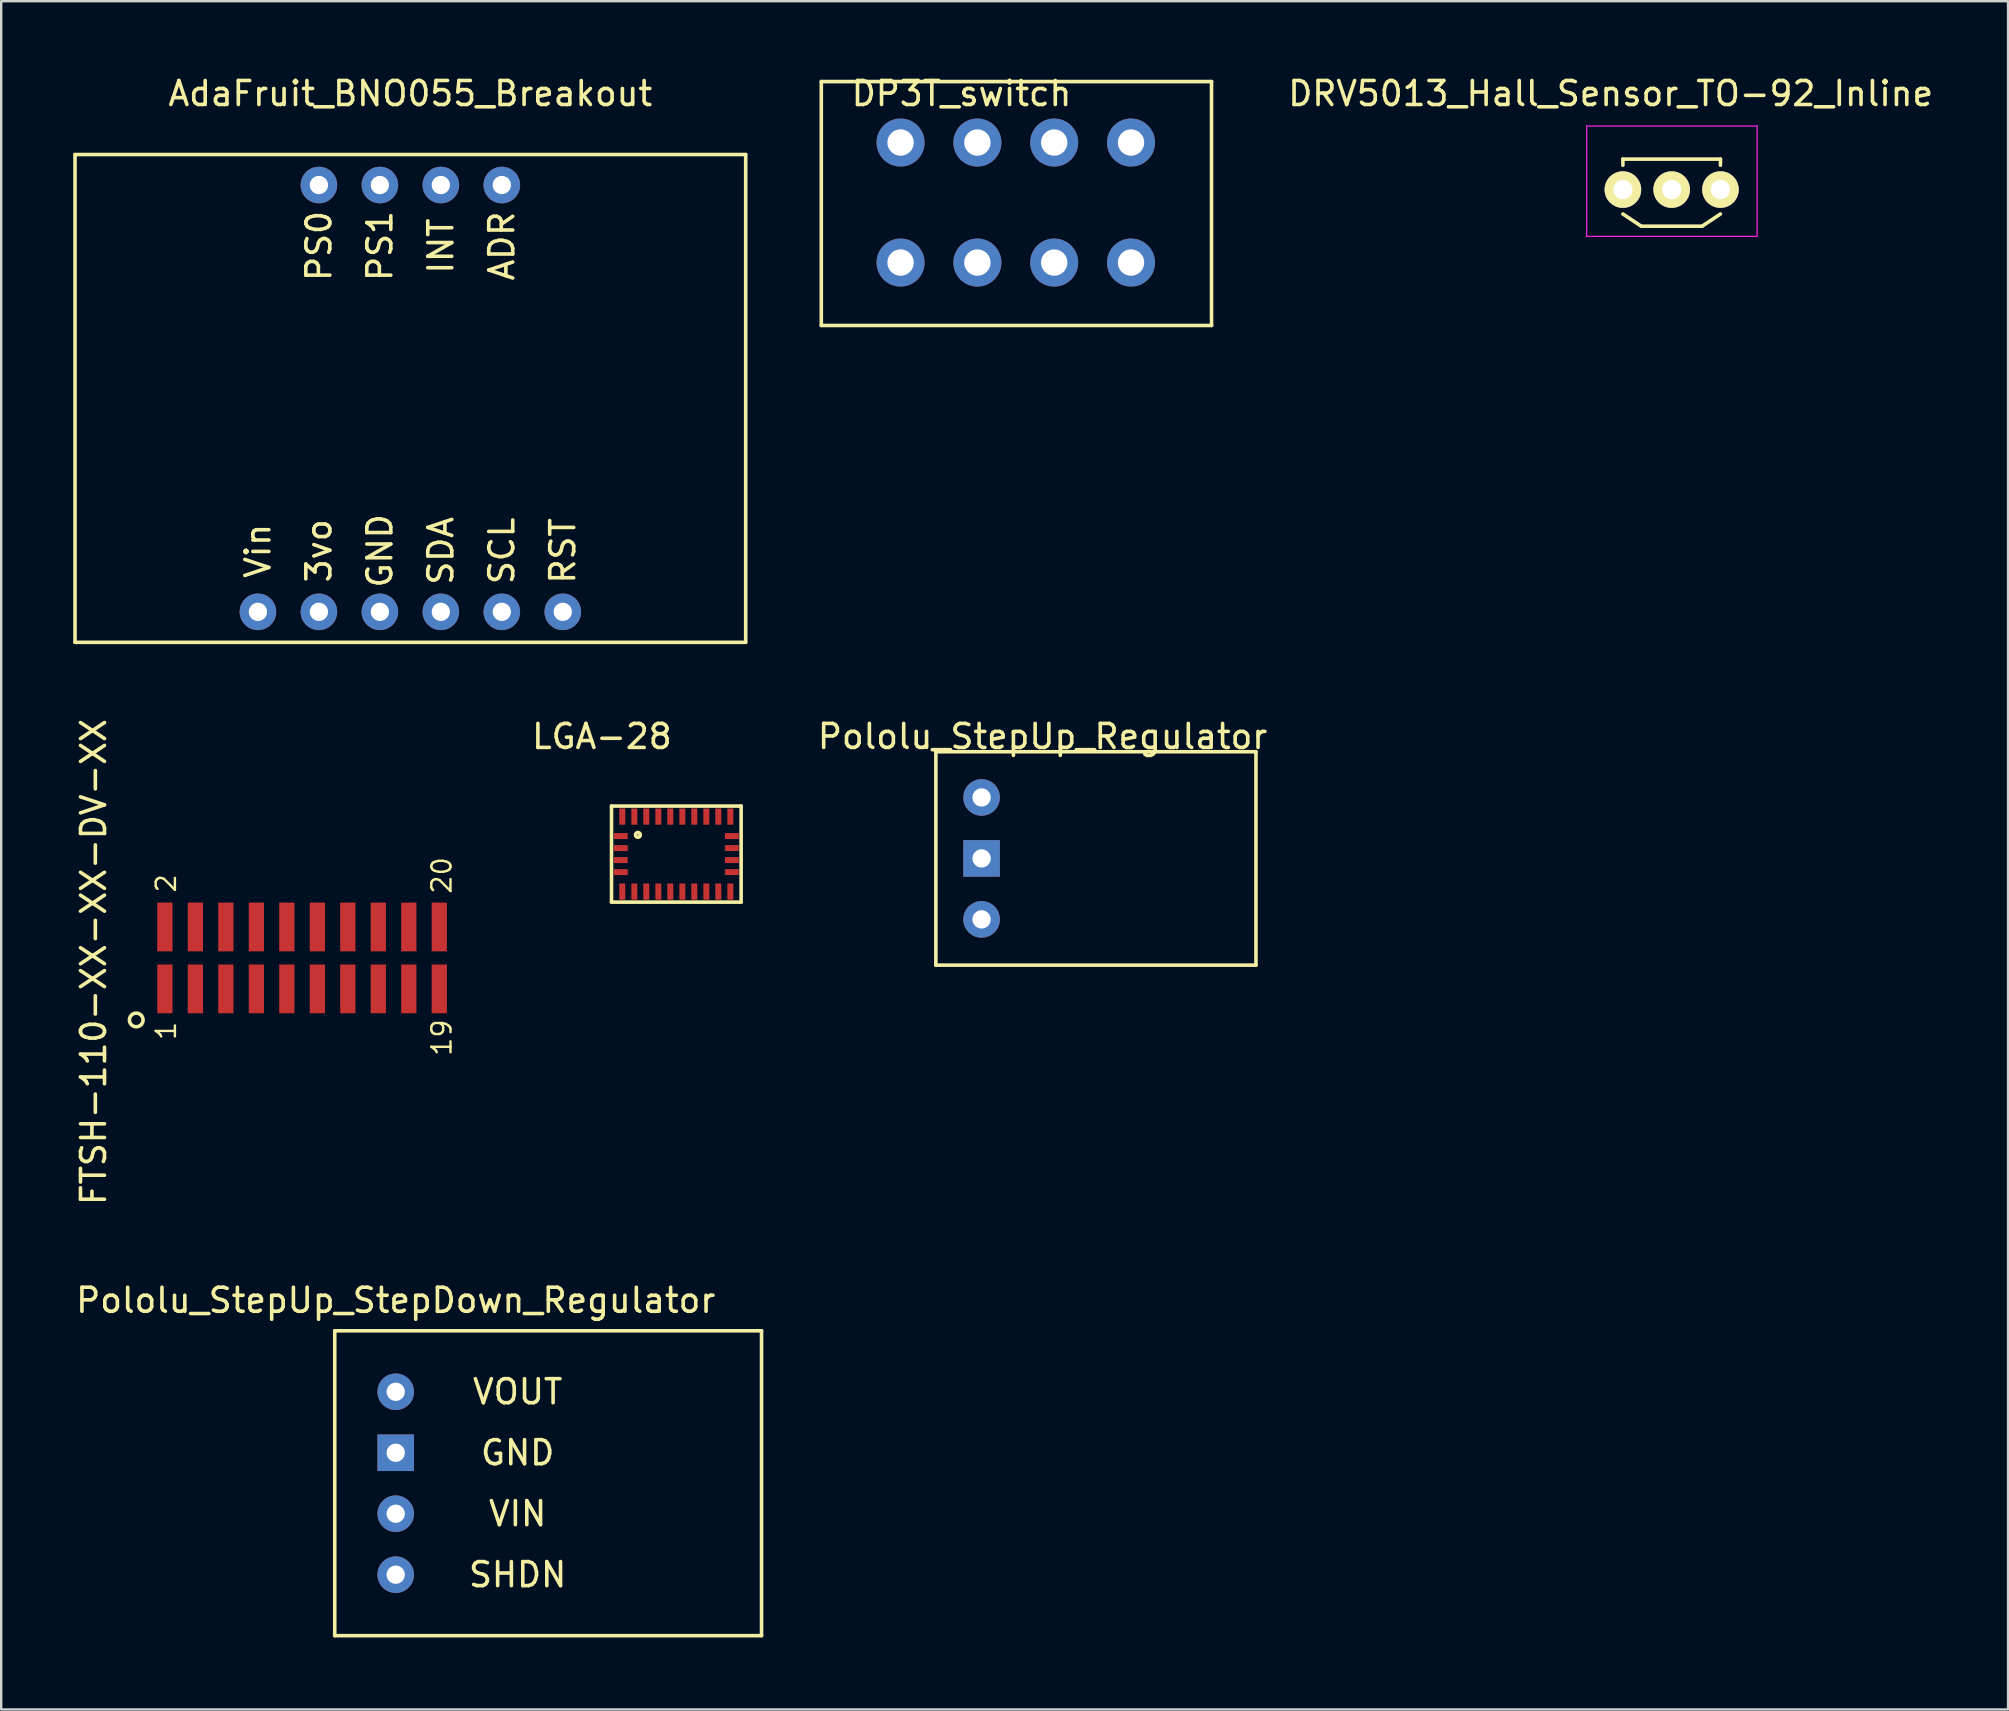
<source format=kicad_pcb>
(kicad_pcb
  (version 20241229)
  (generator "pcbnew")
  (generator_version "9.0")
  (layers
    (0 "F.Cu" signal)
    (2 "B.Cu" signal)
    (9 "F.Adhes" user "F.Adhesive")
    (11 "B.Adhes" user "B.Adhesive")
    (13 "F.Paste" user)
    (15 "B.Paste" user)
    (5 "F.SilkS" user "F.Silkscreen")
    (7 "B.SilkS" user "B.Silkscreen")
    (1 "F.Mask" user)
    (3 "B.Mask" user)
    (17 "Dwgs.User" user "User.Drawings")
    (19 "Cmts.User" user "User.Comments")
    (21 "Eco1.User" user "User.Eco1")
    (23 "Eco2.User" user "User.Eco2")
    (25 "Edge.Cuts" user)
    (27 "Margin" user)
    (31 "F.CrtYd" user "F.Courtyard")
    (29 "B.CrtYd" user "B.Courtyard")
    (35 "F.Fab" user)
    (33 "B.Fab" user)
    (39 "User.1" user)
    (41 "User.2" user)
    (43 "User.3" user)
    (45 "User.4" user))
  (footprint "DRV5013_Hall_Sensor_TO-92_Inline"
    (layer "F.Cu")
    (at 64.05 4.848)
    (property "Reference" "DRV5013_Hall_Sensor_TO-92_Inline" (at 0 -4 0) (layer "F.SilkS") (effects (font (size 1 1) (thickness 0.15))))
    (attr through_hole)
    (fp_line (start 0.508 -1.27) (end 0.508 -1.016) (stroke (width 0.15) (type solid)) (layer "F.SilkS"))
    (fp_line (start 1.27 1.524) (end 0.508 1.016) (stroke (width 0.15) (type solid)) (layer "F.SilkS"))
    (fp_line (start 3.81 1.524) (end 1.27 1.524) (stroke (width 0.15) (type solid)) (layer "F.SilkS"))
    (fp_line (start 4.572 -1.27) (end 0.508 -1.27) (stroke (width 0.15) (type solid)) (layer "F.SilkS"))
    (fp_line (start 4.572 -1.016) (end 4.572 -1.27) (stroke (width 0.15) (type solid)) (layer "F.SilkS"))
    (fp_line (start 4.572 1.016) (end 3.81 1.524) (stroke (width 0.15) (type solid)) (layer "F.SilkS"))
    (fp_line (start -1 -2.65) (end 6.1 -2.65) (stroke (width 0.05) (type solid)) (layer "F.CrtYd"))
    (fp_line (start -1 1.95) (end -1 -2.65) (stroke (width 0.05) (type solid)) (layer "F.CrtYd"))
    (fp_line (start -1 1.95) (end 6.1 1.95) (stroke (width 0.05) (type solid)) (layer "F.CrtYd"))
    (fp_line (start 6.1 1.95) (end 6.1 -2.65) (stroke (width 0.05) (type solid)) (layer "F.CrtYd"))
    (pad "1" thru_hole circle (at 0.508 0 90) (size 1.524 1.524) (drill 0.8) (layers "*.Cu" "*.Mask" "F.SilkS"))
    (pad "2" thru_hole circle (at 2.54 0 90) (size 1.524 1.524) (drill 0.8) (layers "*.Cu" "*.Mask" "F.SilkS"))
    (pad "3" thru_hole circle (at 4.572 0 90) (size 1.524 1.524) (drill 0.8) (layers "*.Cu" "*.Mask" "F.SilkS")))
  (footprint "Pololu_StepUp_StepDown_Regulator"
    (layer "F.Cu")
    (at 13.435 52.39)
    (property "Reference" "Pololu_StepUp_StepDown_Regulator" (at 0 -1.27 0) (layer "F.SilkS") (effects (font (size 1 1) (thickness 0.15))))
    (attr through_hole)
    (fp_line (start -2.54 0) (end -2.54 12.7) (stroke (width 0.15) (type solid)) (layer "F.SilkS"))
    (fp_line (start -2.54 12.7) (end 15.24 12.7) (stroke (width 0.15) (type solid)) (layer "F.SilkS"))
    (fp_line (start 15.24 0) (end -2.54 0) (stroke (width 0.15) (type solid)) (layer "F.SilkS"))
    (fp_line (start 15.24 12.7) (end 15.24 0) (stroke (width 0.15) (type solid)) (layer "F.SilkS"))
    (fp_text user "VOUT" (at 5.08 2.54 0) (layer "F.SilkS") (effects (font (size 1 1) (thickness 0.15))))
    (fp_text user "GND" (at 5.08 5.08 0) (layer "F.SilkS") (effects (font (size 1 1) (thickness 0.15))))
    (fp_text user "VIN" (at 5.08 7.62 0) (layer "F.SilkS") (effects (font (size 1 1) (thickness 0.15))))
    (fp_text user "SHDN" (at 5.08 10.16 0) (layer "F.SilkS") (effects (font (size 1 1) (thickness 0.15))))
    (pad "1" thru_hole circle (at 0 2.54) (size 1.524 1.524) (drill 0.762) (layers "*.Cu" "*.Mask"))
    (pad "2" thru_hole rect (at 0 5.08) (size 1.524 1.524) (drill 0.762) (layers "*.Cu" "*.Mask"))
    (pad "3" thru_hole circle (at 0 7.62) (size 1.524 1.524) (drill 0.762) (layers "*.Cu" "*.Mask"))
    (pad "4" thru_hole circle (at 0 10.16) (size 1.524 1.524) (drill 0.762) (layers "*.Cu" "*.Mask")))
  (footprint "DP3T_switch"
    (layer "F.Cu")
    (at 37.007 0.348)
    (property "Reference" "DP3T_switch" (at 0 0.5 0) (layer "F.SilkS") (effects (font (size 1 1) (thickness 0.15))))
    (attr through_hole)
    (fp_line (start -5.842 0) (end -5.842 10.16) (stroke (width 0.15) (type solid)) (layer "F.SilkS"))
    (fp_line (start -5.842 10.16) (end 10.414 10.16) (stroke (width 0.15) (type solid)) (layer "F.SilkS"))
    (fp_line (start 10.414 0) (end -5.842 0) (stroke (width 0.15) (type solid)) (layer "F.SilkS"))
    (fp_line (start 10.414 10.16) (end 10.414 0) (stroke (width 0.15) (type solid)) (layer "F.SilkS"))
    (pad "1" thru_hole circle (at -2.54 2.54) (size 2 2) (drill 1.1) (layers "*.Cu" "*.Mask"))
    (pad "2" thru_hole circle (at 0.66 2.54) (size 2 2) (drill 1.1) (layers "*.Cu" "*.Mask"))
    (pad "3" thru_hole circle (at 3.86 2.54) (size 2 2) (drill 1.1) (layers "*.Cu" "*.Mask"))
    (pad "4" thru_hole circle (at 7.06 2.54) (size 2 2) (drill 1.1) (layers "*.Cu" "*.Mask"))
    (pad "5" thru_hole circle (at -2.54 7.54) (size 2 2) (drill 1.1) (layers "*.Cu" "*.Mask"))
    (pad "6" thru_hole circle (at 0.66 7.54) (size 2 2) (drill 1.1) (layers "*.Cu" "*.Mask"))
    (pad "7" thru_hole circle (at 3.86 7.54) (size 2 2) (drill 1.1) (layers "*.Cu" "*.Mask"))
    (pad "8" thru_hole circle (at 7.06 7.54) (size 2 2) (drill 1.1) (layers "*.Cu" "*.Mask")))
  (footprint "AdaFruit_BNO055_Breakout"
    (layer "F.Cu")
    (at 14.045 4.658)
    (property "Reference" "AdaFruit_BNO055_Breakout" (at 0 -3.81 0) (layer "F.SilkS") (effects (font (size 1 1) (thickness 0.15))))
    (attr through_hole)
    (fp_line (start -13.97 19.05) (end -13.97 -1.27) (stroke (width 0.15) (type solid)) (layer "F.SilkS"))
    (fp_line (start 13.97 -1.27) (end -13.97 -1.27) (stroke (width 0.15) (type solid)) (layer "F.SilkS"))
    (fp_line (start 13.97 -1.27) (end 13.97 19.05) (stroke (width 0.15) (type solid)) (layer "F.SilkS"))
    (fp_line (start 13.97 19.05) (end -13.97 19.05) (stroke (width 0.15) (type solid)) (layer "F.SilkS"))
    (fp_text user "RST" (at 6.35 15.24 90) (layer "F.SilkS") (effects (font (size 1 1) (thickness 0.15))))
    (fp_text user "PS0" (at -3.81 2.54 90) (layer "F.SilkS") (effects (font (size 1 1) (thickness 0.15))))
    (fp_text user "GND" (at -1.27 15.24 90) (layer "F.SilkS") (effects (font (size 1 1) (thickness 0.15))))
    (fp_text user "SCL" (at 3.81 15.24 90) (layer "F.SilkS") (effects (font (size 1 1) (thickness 0.15))))
    (fp_text user "PS1" (at -1.27 2.54 90) (layer "F.SilkS") (effects (font (size 1 1) (thickness 0.15))))
    (fp_text user "3vo" (at -3.81 15.24 90) (layer "F.SilkS") (effects (font (size 1 1) (thickness 0.15))))
    (fp_text user "INT" (at 1.27 2.54 90) (layer "F.SilkS") (effects (font (size 1 1) (thickness 0.15))))
    (fp_text user "ADR" (at 3.81 2.54 90) (layer "F.SilkS") (effects (font (size 1 1) (thickness 0.15))))
    (fp_text user "SDA" (at 1.27 15.24 90) (layer "F.SilkS") (effects (font (size 1 1) (thickness 0.15))))
    (fp_text user "Vin" (at -6.35 15.24 90) (layer "F.SilkS") (effects (font (size 1 1) (thickness 0.15))))
    (pad "1" thru_hole circle (at -6.35 17.78) (size 1.524 1.524) (drill 0.762) (layers "*.Cu" "*.Mask"))
    (pad "2" thru_hole circle (at -3.81 17.78) (size 1.524 1.524) (drill 0.762) (layers "*.Cu" "*.Mask"))
    (pad "3" thru_hole circle (at -1.27 17.78) (size 1.524 1.524) (drill 0.762) (layers "*.Cu" "*.Mask"))
    (pad "4" thru_hole circle (at 1.27 17.78) (size 1.524 1.524) (drill 0.762) (layers "*.Cu" "*.Mask"))
    (pad "5" thru_hole circle (at 3.81 17.78) (size 1.524 1.524) (drill 0.762) (layers "*.Cu" "*.Mask"))
    (pad "6" thru_hole circle (at 6.35 17.78) (size 1.524 1.524) (drill 0.762) (layers "*.Cu" "*.Mask"))
    (pad "7" thru_hole circle (at -3.81 0) (size 1.524 1.524) (drill 0.762) (layers "*.Cu" "*.Mask"))
    (pad "8" thru_hole circle (at -1.27 0) (size 1.524 1.524) (drill 0.762) (layers "*.Cu" "*.Mask"))
    (pad "9" thru_hole circle (at 1.27 0) (size 1.524 1.524) (drill 0.762) (layers "*.Cu" "*.Mask"))
    (pad "10" thru_hole circle (at 3.81 0) (size 1.524 1.524) (drill 0.762) (layers "*.Cu" "*.Mask")))
  (footprint "Pololu_StepUp_Regulator"
    (layer "F.Cu")
    (at 37.842 28.901)
    (property "Reference" "Pololu_StepUp_Regulator" (at 2.54 -1.27 0) (layer "F.SilkS") (effects (font (size 1 1) (thickness 0.15))))
    (attr through_hole)
    (fp_line (start -1.905 -0.635) (end -1.905 8.255) (stroke (width 0.15) (type solid)) (layer "F.SilkS"))
    (fp_line (start -1.905 8.255) (end 11.43 8.255) (stroke (width 0.15) (type solid)) (layer "F.SilkS"))
    (fp_line (start 11.43 -0.635) (end -1.905 -0.635) (stroke (width 0.15) (type solid)) (layer "F.SilkS"))
    (fp_line (start 11.43 8.255) (end 11.43 -0.635) (stroke (width 0.15) (type solid)) (layer "F.SilkS"))
    (pad "1" thru_hole circle (at 0 6.35) (size 1.524 1.524) (drill 0.762) (layers "*.Cu" "*.Mask"))
    (pad "2" thru_hole rect (at 0 3.81) (size 1.524 1.524) (drill 0.762) (layers "*.Cu" "*.Mask"))
    (pad "3" thru_hole circle (at 0 1.27) (size 1.524 1.524) (drill 0.762) (layers "*.Cu" "*.Mask")))
  (footprint "LGA-28"
    (layer "F.Cu")
    (at 22.525 30.631)
    (property "Reference" "LGA-28" (at -0.5 -3 0) (layer "F.SilkS") (effects (font (size 1 1) (thickness 0.15))))
    (attr through_hole)
    (fp_line (start -0.1 -0.1) (end -0.1 3.9) (stroke (width 0.15) (type solid)) (layer "F.SilkS"))
    (fp_line (start -0.1 3.9) (end 5.3 3.9) (stroke (width 0.15) (type solid)) (layer "F.SilkS"))
    (fp_line (start 5.3 -0.1) (end -0.1 -0.1) (stroke (width 0.15) (type solid)) (layer "F.SilkS"))
    (fp_line (start 5.3 3.9) (end 5.3 -0.1) (stroke (width 0.15) (type solid)) (layer "F.SilkS"))
    (fp_circle (center 1 1.1) (end 1.1 1.1) (stroke (width 0.15) (type solid)) (fill no) (layer "F.SilkS"))
    (pad "1" smd rect (at 0.35 0.338) (size 0.25 0.675) (layers "F.Cu" "F.Mask" "F.Paste"))
    (pad "2" smd rect (at 0.287 1.15) (size 0.575 0.25) (layers "F.Cu" "F.Mask" "F.Paste"))
    (pad "3" smd rect (at 0.287 1.65) (size 0.575 0.25) (layers "F.Cu" "F.Mask" "F.Paste"))
    (pad "4" smd rect (at 0.287 2.15) (size 0.575 0.25) (layers "F.Cu" "F.Mask" "F.Paste"))
    (pad "5" smd rect (at 0.287 2.65) (size 0.575 0.25) (layers "F.Cu" "F.Mask" "F.Paste"))
    (pad "6" smd rect (at 0.35 3.462) (size 0.25 0.675) (layers "F.Cu" "F.Mask" "F.Paste"))
    (pad "7" smd rect (at 0.85 3.462) (size 0.25 0.675) (layers "F.Cu" "F.Mask" "F.Paste"))
    (pad "8" smd rect (at 1.35 3.462) (size 0.25 0.675) (layers "F.Cu" "F.Mask" "F.Paste"))
    (pad "9" smd rect (at 1.85 3.462) (size 0.25 0.675) (layers "F.Cu" "F.Mask" "F.Paste"))
    (pad "10" smd rect (at 2.35 3.462) (size 0.25 0.675) (layers "F.Cu" "F.Mask" "F.Paste"))
    (pad "11" smd rect (at 2.85 3.462) (size 0.25 0.675) (layers "F.Cu" "F.Mask" "F.Paste"))
    (pad "12" smd rect (at 3.35 3.462) (size 0.25 0.675) (layers "F.Cu" "F.Mask" "F.Paste"))
    (pad "13" smd rect (at 3.85 3.462) (size 0.25 0.675) (layers "F.Cu" "F.Mask" "F.Paste"))
    (pad "14" smd rect (at 4.35 3.462) (size 0.25 0.675) (layers "F.Cu" "F.Mask" "F.Paste"))
    (pad "15" smd rect (at 4.85 3.462) (size 0.25 0.675) (layers "F.Cu" "F.Mask" "F.Paste"))
    (pad "16" smd rect (at 4.912 2.65) (size 0.575 0.25) (layers "F.Cu" "F.Mask" "F.Paste"))
    (pad "17" smd rect (at 4.912 2.15) (size 0.575 0.25) (layers "F.Cu" "F.Mask" "F.Paste"))
    (pad "18" smd rect (at 4.912 1.65) (size 0.575 0.25) (layers "F.Cu" "F.Mask" "F.Paste"))
    (pad "19" smd rect (at 4.912 1.15) (size 0.575 0.25) (layers "F.Cu" "F.Mask" "F.Paste"))
    (pad "20" smd rect (at 4.85 0.338) (size 0.25 0.675) (layers "F.Cu" "F.Mask" "F.Paste"))
    (pad "21" smd rect (at 4.35 0.338) (size 0.25 0.675) (layers "F.Cu" "F.Mask" "F.Paste"))
    (pad "22" smd rect (at 3.85 0.338) (size 0.25 0.675) (layers "F.Cu" "F.Mask" "F.Paste"))
    (pad "23" smd rect (at 3.35 0.338) (size 0.25 0.675) (layers "F.Cu" "F.Mask" "F.Paste"))
    (pad "24" smd rect (at 2.85 0.338) (size 0.25 0.675) (layers "F.Cu" "F.Mask" "F.Paste"))
    (pad "25" smd rect (at 2.35 0.338) (size 0.25 0.675) (layers "F.Cu" "F.Mask" "F.Paste"))
    (pad "26" smd rect (at 1.85 0.338) (size 0.25 0.675) (layers "F.Cu" "F.Mask" "F.Paste"))
    (pad "27" smd rect (at 1.35 0.338) (size 0.25 0.675) (layers "F.Cu" "F.Mask" "F.Paste"))
    (pad "28" smd rect (at 0.85 0.338) (size 0.25 0.675) (layers "F.Cu" "F.Mask" "F.Paste")))
  (footprint "FTSH-110-XX-XX-DV-XX"
    (layer "F.Cu")
    (at 3.82 38.145)
    (property "Reference" "FTSH-110-XX-XX-DV-XX" (at -2.972 -1.118 90) (layer "F.SilkS") (effects (font (size 1 1) (thickness 0.15))))
    (attr through_hole)
    (fp_circle (center -1.194 1.295) (end -1.067 1.549) (stroke (width 0.15) (type solid)) (fill no) (layer "F.SilkS"))
    (fp_text user "2" (at 0.051 -4.394 90) (layer "F.SilkS") (effects (font (size 0.8 0.8) (thickness 0.1))))
    (fp_text user "1" (at 0.051 1.753 90) (layer "F.SilkS") (effects (font (size 0.8 0.8) (thickness 0.1))))
    (fp_text user "20" (at 11.532 -4.724 90) (layer "F.SilkS") (effects (font (size 0.8 0.8) (thickness 0.1))))
    (fp_text user "19" (at 11.532 2.032 90) (layer "F.SilkS") (effects (font (size 0.8 0.8) (thickness 0.1))))
    (pad "1" smd rect (at 0 0) (size 0.635 2.032) (layers "F.Cu" "F.Mask" "F.Paste"))
    (pad "2" smd rect (at 0 -2.578) (size 0.635 2.032) (layers "F.Cu" "F.Mask" "F.Paste"))
    (pad "3" smd rect (at 1.27 0) (size 0.635 2.032) (layers "F.Cu" "F.Mask" "F.Paste"))
    (pad "4" smd rect (at 1.27 -2.578) (size 0.635 2.032) (layers "F.Cu" "F.Mask" "F.Paste"))
    (pad "5" smd rect (at 2.54 0) (size 0.635 2.032) (layers "F.Cu" "F.Mask" "F.Paste"))
    (pad "6" smd rect (at 2.54 -2.578) (size 0.635 2.032) (layers "F.Cu" "F.Mask" "F.Paste"))
    (pad "7" smd rect (at 3.81 0) (size 0.635 2.032) (layers "F.Cu" "F.Mask" "F.Paste"))
    (pad "8" smd rect (at 3.81 -2.578) (size 0.635 2.032) (layers "F.Cu" "F.Mask" "F.Paste"))
    (pad "9" smd rect (at 5.08 0) (size 0.635 2.032) (layers "F.Cu" "F.Mask" "F.Paste"))
    (pad "10" smd rect (at 5.08 -2.578) (size 0.635 2.032) (layers "F.Cu" "F.Mask" "F.Paste"))
    (pad "11" smd rect (at 6.35 0) (size 0.635 2.032) (layers "F.Cu" "F.Mask" "F.Paste"))
    (pad "12" smd rect (at 6.35 -2.578) (size 0.635 2.032) (layers "F.Cu" "F.Mask" "F.Paste"))
    (pad "13" smd rect (at 7.62 0) (size 0.635 2.032) (layers "F.Cu" "F.Mask" "F.Paste"))
    (pad "14" smd rect (at 7.62 -2.578) (size 0.635 2.032) (layers "F.Cu" "F.Mask" "F.Paste"))
    (pad "15" smd rect (at 8.89 0) (size 0.635 2.032) (layers "F.Cu" "F.Mask" "F.Paste"))
    (pad "16" smd rect (at 8.89 -2.578) (size 0.635 2.032) (layers "F.Cu" "F.Mask" "F.Paste"))
    (pad "17" smd rect (at 10.16 0) (size 0.635 2.032) (layers "F.Cu" "F.Mask" "F.Paste"))
    (pad "18" smd rect (at 10.16 -2.578) (size 0.635 2.032) (layers "F.Cu" "F.Mask" "F.Paste"))
    (pad "19" smd rect (at 11.43 0) (size 0.635 2.032) (layers "F.Cu" "F.Mask" "F.Paste"))
    (pad "20" smd rect (at 11.43 -2.578) (size 0.635 2.032) (layers "F.Cu" "F.Mask" "F.Paste")))
  (gr_rect
    (start -3 -3)
    (end 80.603 68.165)
    (stroke (width 0.1) (type default))
    (fill no)
    (layer "Edge.Cuts")))
</source>
